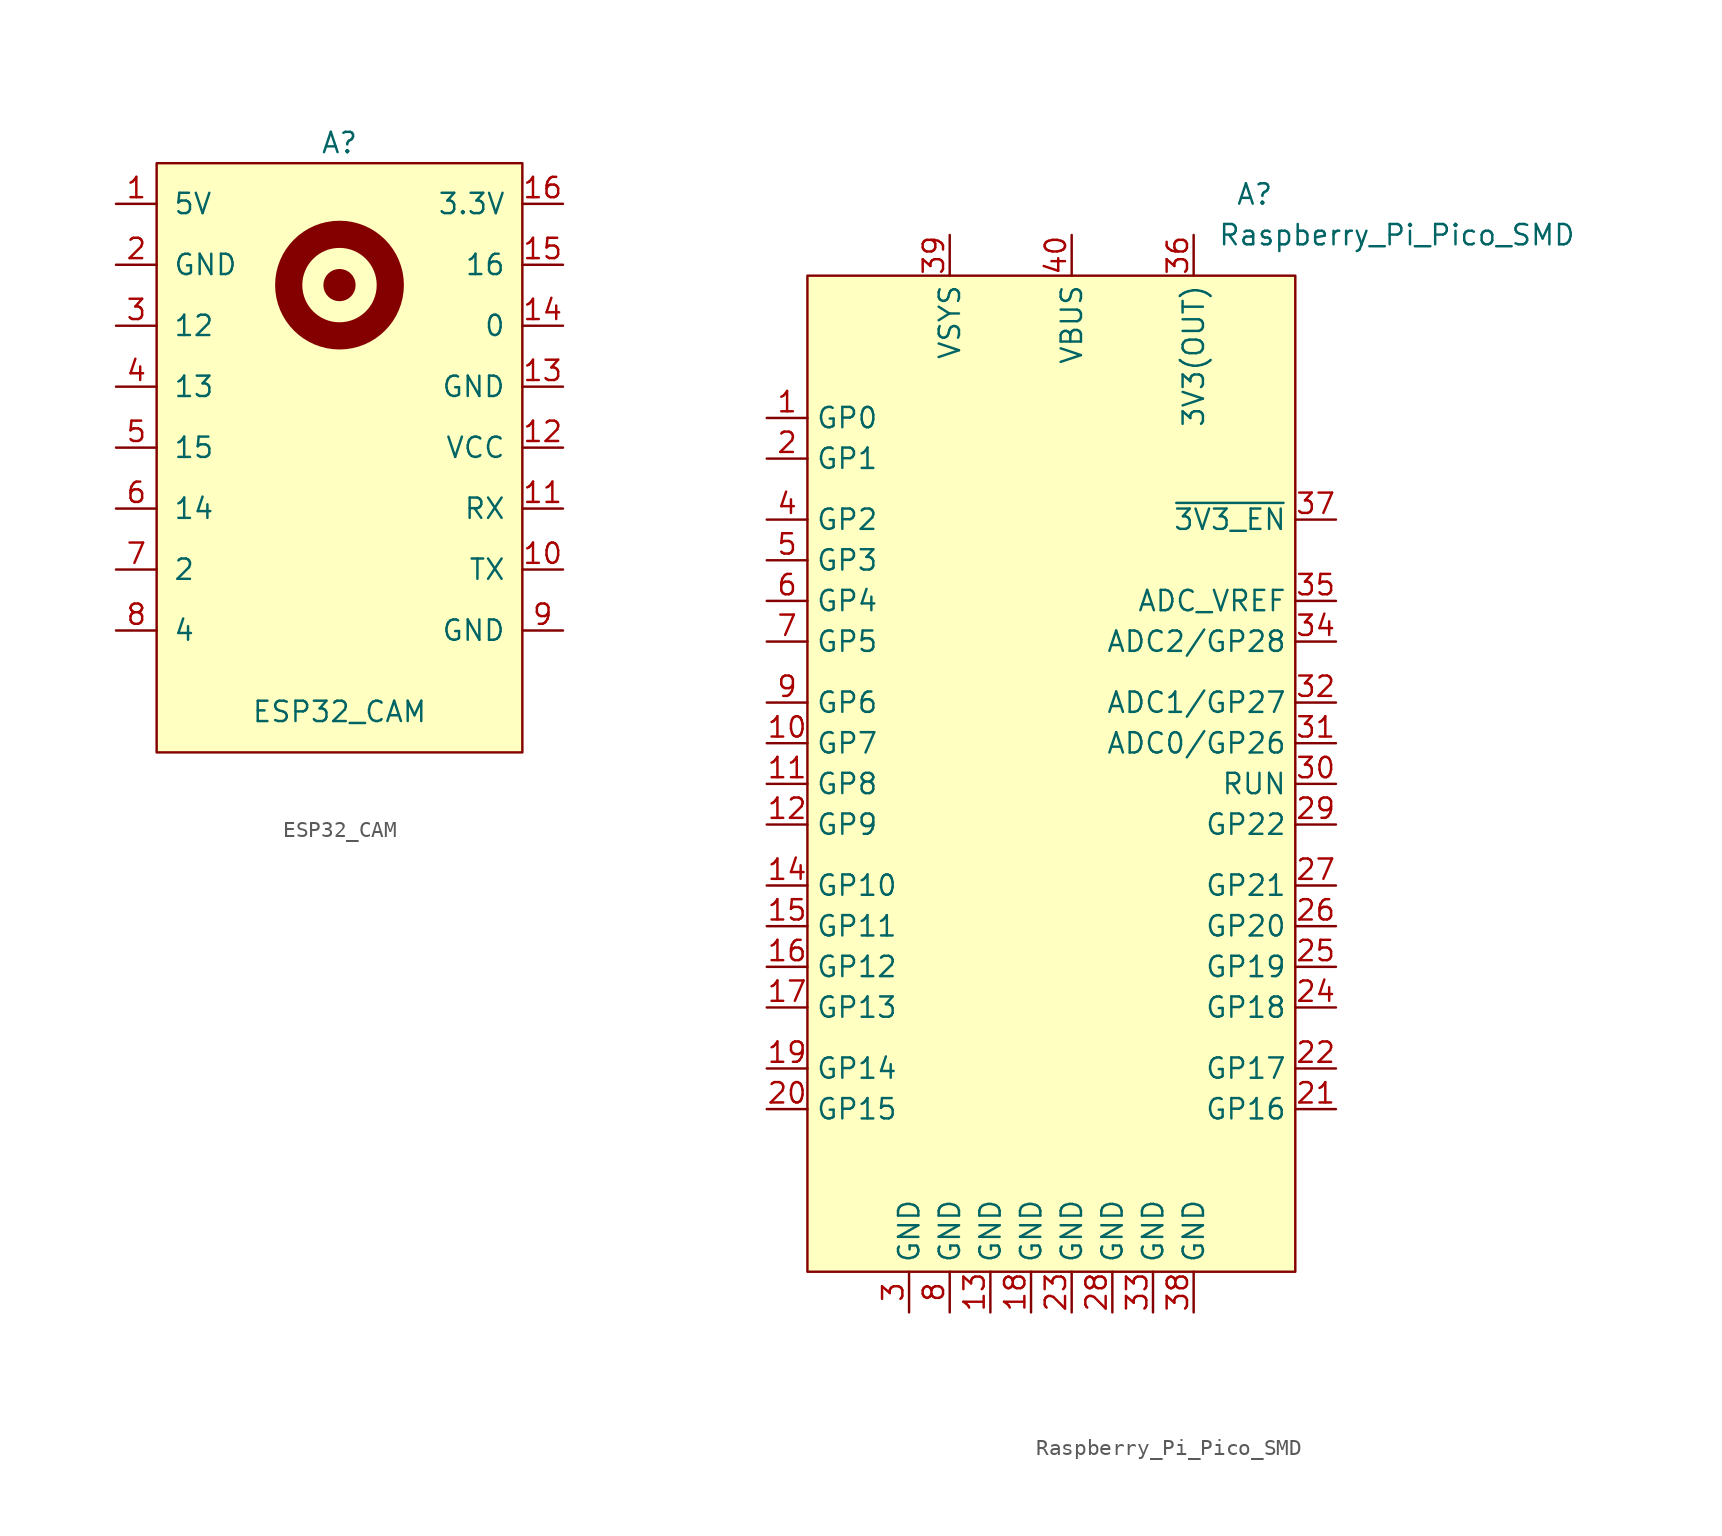
<source format=kicad_sym>
(kicad_symbol_lib
  (version 20231120)
  (generator "kicad_symbol_editor")
  (generator_version "8.0")
  (symbol "ESP32_CAM"
    (pin_names
      (offset 1.016))
    (property "Reference" "A"
      (at 0 16.51 0)
      (effects (font (size 1.27 1.27))))
    (property "Value" "ESP32_CAM"
      (at 0 -19.05 0)
      (effects (font (size 1.27 1.27))))
    (symbol "ESP32_CAM_0_1"
      (rectangle (start -11.43 15.24) (end 11.43 -21.59) (stroke (width 0) (type default)) (fill (type background)))
      (circle (center 0 7.62) (radius 0.508) (stroke (width 1) (type default)) (fill (type none)))
      (circle (center 0 7.62) (radius 3.175) (stroke (width 1.7) (type default)) (fill (type none)))
      (circle (center 0 7.62) (radius 3.581) (stroke (width 0) (type default)) (fill (type none))))
    (symbol "ESP32_CAM_1_1"
      (pin power_in line (at -13.97 12.7 0) (length 2.54) (name "5V" (effects (font (size 1.27 1.27)))) (number "1" (effects (font (size 1.27 1.27)))))
      (pin output line (at 13.97 -10.16 180) (length 2.54) (name "TX" (effects (font (size 1.27 1.27)))) (number "10" (effects (font (size 1.27 1.27)))))
      (pin input line (at 13.97 -6.35 180) (length 2.54) (name "RX" (effects (font (size 1.27 1.27)))) (number "11" (effects (font (size 1.27 1.27)))))
      (pin power_in line (at 13.97 -2.54 180) (length 2.54) (name "VCC" (effects (font (size 1.27 1.27)))) (number "12" (effects (font (size 1.27 1.27)))))
      (pin power_in line (at 13.97 1.27 180) (length 2.54) (name "GND" (effects (font (size 1.27 1.27)))) (number "13" (effects (font (size 1.27 1.27)))))
      (pin bidirectional line (at 13.97 5.08 180) (length 2.54) (name "0" (effects (font (size 1.27 1.27)))) (number "14" (effects (font (size 1.27 1.27)))))
      (pin bidirectional line (at 13.97 8.89 180) (length 2.54) (name "16" (effects (font (size 1.27 1.27)))) (number "15" (effects (font (size 1.27 1.27)))))
      (pin power_in line (at 13.97 12.7 180) (length 2.54) (name "3.3V" (effects (font (size 1.27 1.27)))) (number "16" (effects (font (size 1.27 1.27)))))
      (pin power_in line (at -13.97 8.89 0) (length 2.54) (name "GND" (effects (font (size 1.27 1.27)))) (number "2" (effects (font (size 1.27 1.27)))))
      (pin bidirectional line (at -13.97 5.08 0) (length 2.54) (name "12" (effects (font (size 1.27 1.27)))) (number "3" (effects (font (size 1.27 1.27)))))
      (pin bidirectional line (at -13.97 1.27 0) (length 2.54) (name "13" (effects (font (size 1.27 1.27)))) (number "4" (effects (font (size 1.27 1.27)))))
      (pin bidirectional line (at -13.97 -2.54 0) (length 2.54) (name "15" (effects (font (size 1.27 1.27)))) (number "5" (effects (font (size 1.27 1.27)))))
      (pin bidirectional line (at -13.97 -6.35 0) (length 2.54) (name "14" (effects (font (size 1.27 1.27)))) (number "6" (effects (font (size 1.27 1.27)))))
      (pin bidirectional line (at -13.97 -10.16 0) (length 2.54) (name "2" (effects (font (size 1.27 1.27)))) (number "7" (effects (font (size 1.27 1.27)))))
      (pin bidirectional line (at -13.97 -13.97 0) (length 2.54) (name "4" (effects (font (size 1.27 1.27)))) (number "8" (effects (font (size 1.27 1.27)))))
      (pin power_in line (at 13.97 -13.97 180) (length 2.54) (name "GND" (effects (font (size 1.27 1.27)))) (number "9" (effects (font (size 1.27 1.27)))))))
  (symbol "Raspberry_Pi_Pico_SMD"
    (property "Reference" "A"
      (at 12.7 34.29 0)
      (effects (font (size 1.27 1.27))))
    (property "Value" "Raspberry_Pi_Pico_SMD"
      (at 21.59 31.75 0)
      (effects (font (size 1.27 1.27))))
    (symbol "Raspberry_Pi_Pico_SMD_0_1"
      (rectangle (start -15.24 29.21) (end 15.24 -33.02) (stroke (width 0) (type default)) (fill (type background))))
    (symbol "Raspberry_Pi_Pico_SMD_1_1"
      (pin bidirectional line (at -17.78 20.32 0) (length 2.54) (name "GP0" (effects (font (size 1.27 1.27)))) (number "1" (effects (font (size 1.27 1.27)))))
      (pin bidirectional line (at -17.78 0 0) (length 2.54) (name "GP7" (effects (font (size 1.27 1.27)))) (number "10" (effects (font (size 1.27 1.27)))))
      (pin bidirectional line (at -17.78 -2.54 0) (length 2.54) (name "GP8" (effects (font (size 1.27 1.27)))) (number "11" (effects (font (size 1.27 1.27)))))
      (pin bidirectional line (at -17.78 -5.08 0) (length 2.54) (name "GP9" (effects (font (size 1.27 1.27)))) (number "12" (effects (font (size 1.27 1.27)))))
      (pin power_in line (at -3.81 -35.56 90) (length 2.54) (name "GND" (effects (font (size 1.27 1.27)))) (number "13" (effects (font (size 1.27 1.27)))))
      (pin bidirectional line (at -17.78 -8.89 0) (length 2.54) (name "GP10" (effects (font (size 1.27 1.27)))) (number "14" (effects (font (size 1.27 1.27)))))
      (pin bidirectional line (at -17.78 -11.43 0) (length 2.54) (name "GP11" (effects (font (size 1.27 1.27)))) (number "15" (effects (font (size 1.27 1.27)))))
      (pin bidirectional line (at -17.78 -13.97 0) (length 2.54) (name "GP12" (effects (font (size 1.27 1.27)))) (number "16" (effects (font (size 1.27 1.27)))))
      (pin bidirectional line (at -17.78 -16.51 0) (length 2.54) (name "GP13" (effects (font (size 1.27 1.27)))) (number "17" (effects (font (size 1.27 1.27)))))
      (pin power_in line (at -1.27 -35.56 90) (length 2.54) (name "GND" (effects (font (size 1.27 1.27)))) (number "18" (effects (font (size 1.27 1.27)))))
      (pin bidirectional line (at -17.78 -20.32 0) (length 2.54) (name "GP14" (effects (font (size 1.27 1.27)))) (number "19" (effects (font (size 1.27 1.27)))))
      (pin bidirectional line (at -17.78 17.78 0) (length 2.54) (name "GP1" (effects (font (size 1.27 1.27)))) (number "2" (effects (font (size 1.27 1.27)))))
      (pin bidirectional line (at -17.78 -22.86 0) (length 2.54) (name "GP15" (effects (font (size 1.27 1.27)))) (number "20" (effects (font (size 1.27 1.27)))))
      (pin bidirectional line (at 17.78 -22.86 180) (length 2.54) (name "GP16" (effects (font (size 1.27 1.27)))) (number "21" (effects (font (size 1.27 1.27)))))
      (pin bidirectional line (at 17.78 -20.32 180) (length 2.54) (name "GP17" (effects (font (size 1.27 1.27)))) (number "22" (effects (font (size 1.27 1.27)))))
      (pin power_in line (at 1.27 -35.56 90) (length 2.54) (name "GND" (effects (font (size 1.27 1.27)))) (number "23" (effects (font (size 1.27 1.27)))))
      (pin bidirectional line (at 17.78 -16.51 180) (length 2.54) (name "GP18" (effects (font (size 1.27 1.27)))) (number "24" (effects (font (size 1.27 1.27)))))
      (pin bidirectional line (at 17.78 -13.97 180) (length 2.54) (name "GP19" (effects (font (size 1.27 1.27)))) (number "25" (effects (font (size 1.27 1.27)))))
      (pin bidirectional line (at 17.78 -11.43 180) (length 2.54) (name "GP20" (effects (font (size 1.27 1.27)))) (number "26" (effects (font (size 1.27 1.27)))))
      (pin bidirectional line (at 17.78 -8.89 180) (length 2.54) (name "GP21" (effects (font (size 1.27 1.27)))) (number "27" (effects (font (size 1.27 1.27)))))
      (pin power_in line (at 3.81 -35.56 90) (length 2.54) (name "GND" (effects (font (size 1.27 1.27)))) (number "28" (effects (font (size 1.27 1.27)))))
      (pin bidirectional line (at 17.78 -5.08 180) (length 2.54) (name "GP22" (effects (font (size 1.27 1.27)))) (number "29" (effects (font (size 1.27 1.27)))))
      (pin power_in line (at -8.89 -35.56 90) (length 2.54) (name "GND" (effects (font (size 1.27 1.27)))) (number "3" (effects (font (size 1.27 1.27)))))
      (pin bidirectional line (at 17.78 -2.54 180) (length 2.54) (name "RUN" (effects (font (size 1.27 1.27)))) (number "30" (effects (font (size 1.27 1.27)))))
      (pin bidirectional line (at 17.78 0 180) (length 2.54) (name "ADC0/GP26" (effects (font (size 1.27 1.27)))) (number "31" (effects (font (size 1.27 1.27)))))
      (pin bidirectional line (at 17.78 2.54 180) (length 2.54) (name "ADC1/GP27" (effects (font (size 1.27 1.27)))) (number "32" (effects (font (size 1.27 1.27)))))
      (pin power_in line (at 6.35 -35.56 90) (length 2.54) (name "GND" (effects (font (size 1.27 1.27)))) (number "33" (effects (font (size 1.27 1.27)))))
      (pin bidirectional line (at 17.78 6.35 180) (length 2.54) (name "ADC2/GP28" (effects (font (size 1.27 1.27)))) (number "34" (effects (font (size 1.27 1.27)))))
      (pin bidirectional line (at 17.78 8.89 180) (length 2.54) (name "ADC_VREF" (effects (font (size 1.27 1.27)))) (number "35" (effects (font (size 1.27 1.27)))))
      (pin power_in line (at 8.89 31.75 270) (length 2.54) (name "3V3(OUT)" (effects (font (size 1.27 1.27)))) (number "36" (effects (font (size 1.27 1.27)))))
      (pin bidirectional line (at 17.78 13.97 180) (length 2.54) (name "~{3V3_EN}" (effects (font (size 1.27 1.27)))) (number "37" (effects (font (size 1.27 1.27)))))
      (pin power_in line (at 8.89 -35.56 90) (length 2.54) (name "GND" (effects (font (size 1.27 1.27)))) (number "38" (effects (font (size 1.27 1.27)))))
      (pin power_in line (at -6.35 31.75 270) (length 2.54) (name "VSYS" (effects (font (size 1.27 1.27)))) (number "39" (effects (font (size 1.27 1.27)))))
      (pin bidirectional line (at -17.78 13.97 0) (length 2.54) (name "GP2" (effects (font (size 1.27 1.27)))) (number "4" (effects (font (size 1.27 1.27)))))
      (pin power_in line (at 1.27 31.75 270) (length 2.54) (name "VBUS" (effects (font (size 1.27 1.27)))) (number "40" (effects (font (size 1.27 1.27)))))
      (pin bidirectional line (at -17.78 11.43 0) (length 2.54) (name "GP3" (effects (font (size 1.27 1.27)))) (number "5" (effects (font (size 1.27 1.27)))))
      (pin bidirectional line (at -17.78 8.89 0) (length 2.54) (name "GP4" (effects (font (size 1.27 1.27)))) (number "6" (effects (font (size 1.27 1.27)))))
      (pin bidirectional line (at -17.78 6.35 0) (length 2.54) (name "GP5" (effects (font (size 1.27 1.27)))) (number "7" (effects (font (size 1.27 1.27)))))
      (pin power_in line (at -6.35 -35.56 90) (length 2.54) (name "GND" (effects (font (size 1.27 1.27)))) (number "8" (effects (font (size 1.27 1.27)))))
      (pin bidirectional line (at -17.78 2.54 0) (length 2.54) (name "GP6" (effects (font (size 1.27 1.27)))) (number "9" (effects (font (size 1.27 1.27))))))))
</source>
